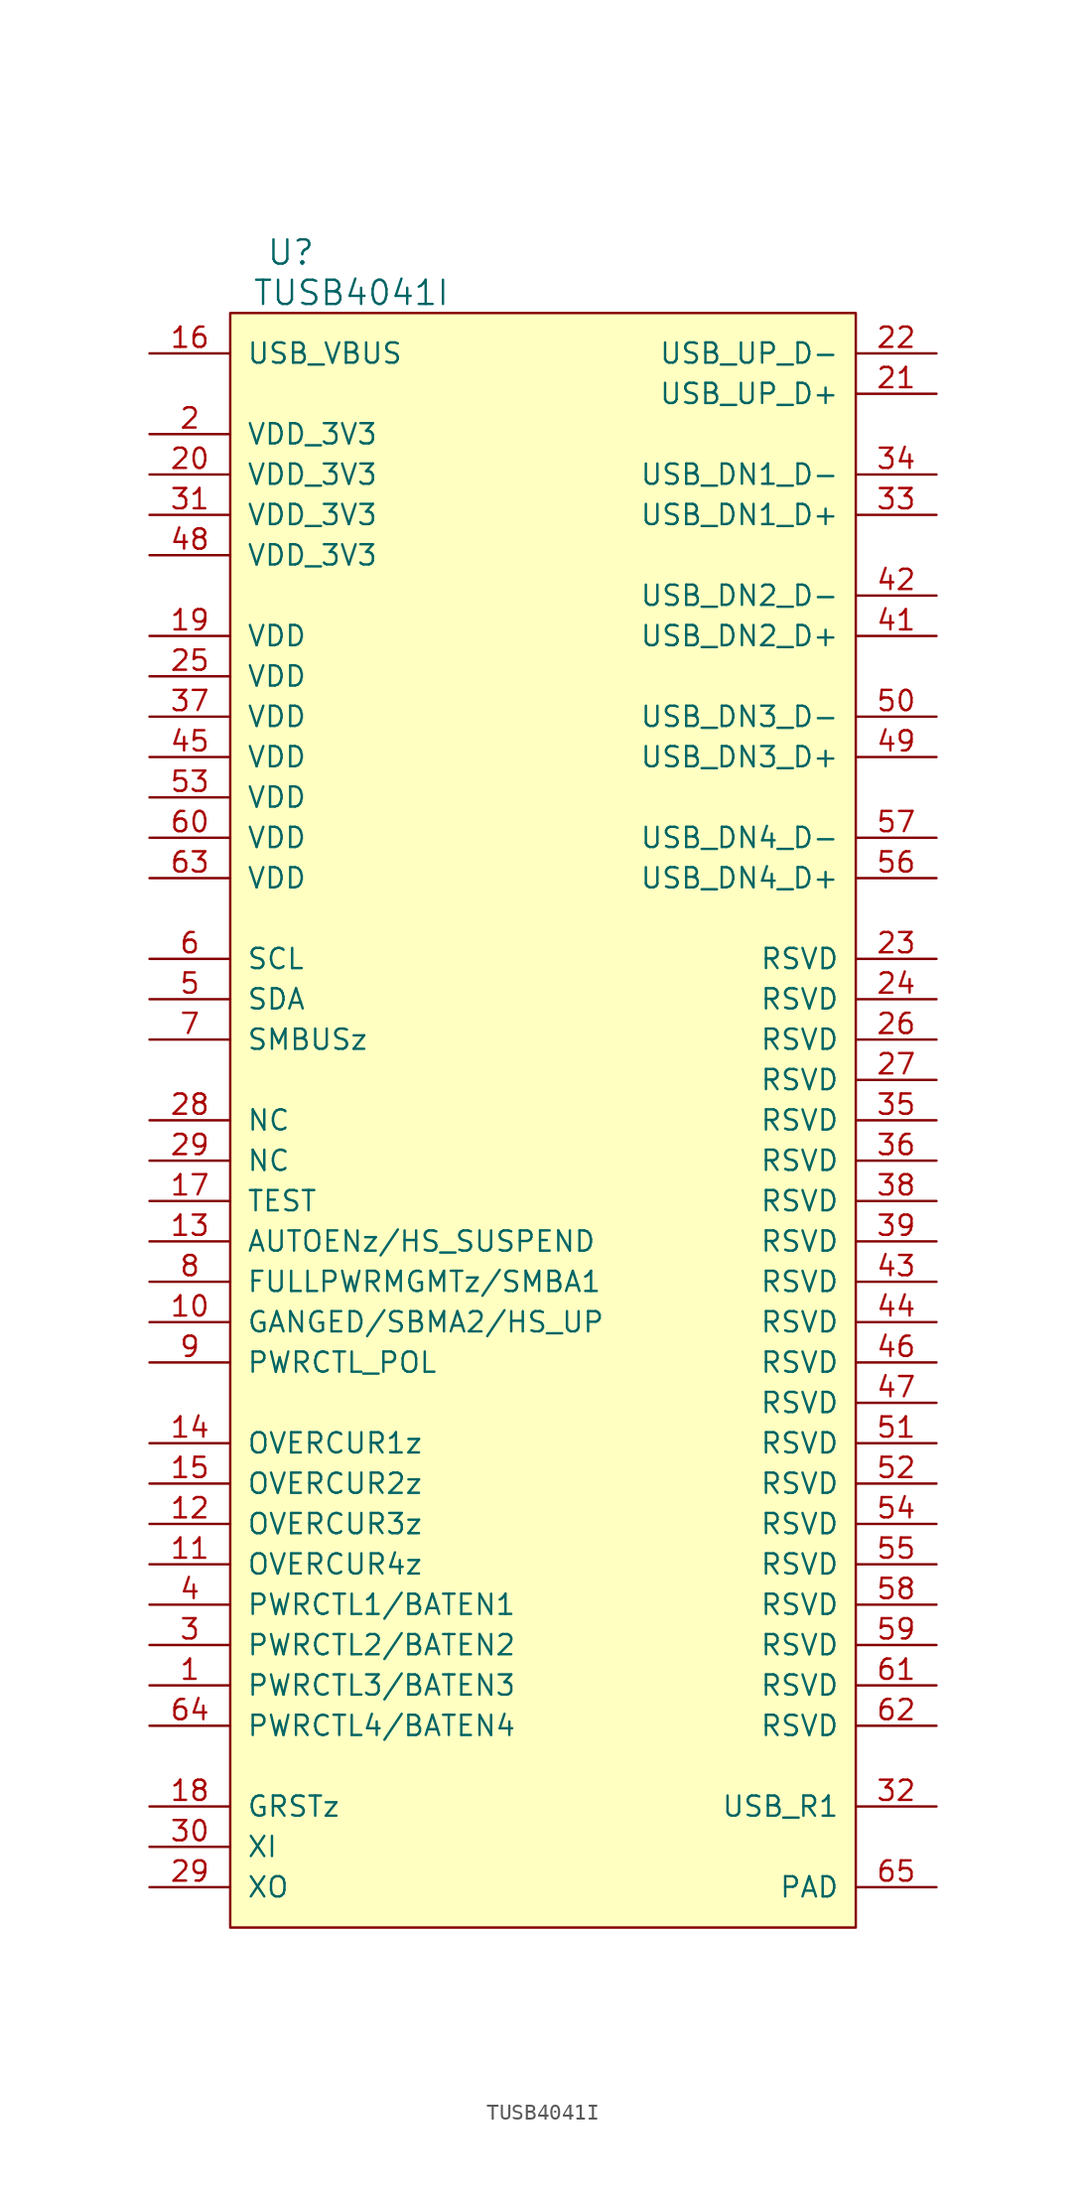
<source format=kicad_sym>
(kicad_symbol_lib
  (version 20210619)
  (generator kicad_symbol_editor)
  (symbol "usb_controller:TUSB4041I"
    (pin_names
      (offset 1.016))
    (property "Reference" "U"
      (at -16.51 52.07 0)
      (effects (font (size 1.524 1.524))))
    (property "Value" "TUSB4041I"
      (at -12.7 49.53 0)
      (effects (font (size 1.524 1.524))))
    (symbol "TUSB4041I_0_1"
      (rectangle (start -20.32 48.26) (end 19.05 -53.34) (stroke (width 0)) (fill (type background))))
    (symbol "TUSB4041I_1_1"
      (pin input line (at -25.4 -38.1 0) (length 5.08) (name "PWRCTL3/BATEN3" (effects (font (size 1.27 1.27)))) (number "1" (effects (font (size 1.27 1.27)))))
      (pin input line (at -25.4 -15.24 0) (length 5.08) (name "GANGED/SBMA2/HS_UP" (effects (font (size 1.27 1.27)))) (number "10" (effects (font (size 1.27 1.27)))))
      (pin input line (at -25.4 -30.48 0) (length 5.08) (name "OVERCUR4z" (effects (font (size 1.27 1.27)))) (number "11" (effects (font (size 1.27 1.27)))))
      (pin input line (at -25.4 -27.94 0) (length 5.08) (name "OVERCUR3z" (effects (font (size 1.27 1.27)))) (number "12" (effects (font (size 1.27 1.27)))))
      (pin input line (at -25.4 -10.16 0) (length 5.08) (name "AUTOENz/HS_SUSPEND" (effects (font (size 1.27 1.27)))) (number "13" (effects (font (size 1.27 1.27)))))
      (pin input line (at -25.4 -22.86 0) (length 5.08) (name "OVERCUR1z" (effects (font (size 1.27 1.27)))) (number "14" (effects (font (size 1.27 1.27)))))
      (pin input line (at -25.4 -25.4 0) (length 5.08) (name "OVERCUR2z" (effects (font (size 1.27 1.27)))) (number "15" (effects (font (size 1.27 1.27)))))
      (pin input line (at -25.4 45.72 0) (length 5.08) (name "USB_VBUS" (effects (font (size 1.27 1.27)))) (number "16" (effects (font (size 1.27 1.27)))))
      (pin input line (at -25.4 -7.62 0) (length 5.08) (name "TEST" (effects (font (size 1.27 1.27)))) (number "17" (effects (font (size 1.27 1.27)))))
      (pin input line (at -25.4 -45.72 0) (length 5.08) (name "GRSTz" (effects (font (size 1.27 1.27)))) (number "18" (effects (font (size 1.27 1.27)))))
      (pin input line (at -25.4 27.94 0) (length 5.08) (name "VDD" (effects (font (size 1.27 1.27)))) (number "19" (effects (font (size 1.27 1.27)))))
      (pin input line (at -25.4 40.64 0) (length 5.08) (name "VDD_3V3" (effects (font (size 1.27 1.27)))) (number "2" (effects (font (size 1.27 1.27)))))
      (pin input line (at -25.4 38.1 0) (length 5.08) (name "VDD_3V3" (effects (font (size 1.27 1.27)))) (number "20" (effects (font (size 1.27 1.27)))))
      (pin input line (at 24.13 43.18 180) (length 5.08) (name "USB_UP_D+" (effects (font (size 1.27 1.27)))) (number "21" (effects (font (size 1.27 1.27)))))
      (pin input line (at 24.13 45.72 180) (length 5.08) (name "USB_UP_D-" (effects (font (size 1.27 1.27)))) (number "22" (effects (font (size 1.27 1.27)))))
      (pin input line (at 24.13 7.62 180) (length 5.08) (name "RSVD" (effects (font (size 1.27 1.27)))) (number "23" (effects (font (size 1.27 1.27)))))
      (pin input line (at 24.13 5.08 180) (length 5.08) (name "RSVD" (effects (font (size 1.27 1.27)))) (number "24" (effects (font (size 1.27 1.27)))))
      (pin input line (at -25.4 25.4 0) (length 5.08) (name "VDD" (effects (font (size 1.27 1.27)))) (number "25" (effects (font (size 1.27 1.27)))))
      (pin input line (at 24.13 2.54 180) (length 5.08) (name "RSVD" (effects (font (size 1.27 1.27)))) (number "26" (effects (font (size 1.27 1.27)))))
      (pin input line (at 24.13 0 180) (length 5.08) (name "RSVD" (effects (font (size 1.27 1.27)))) (number "27" (effects (font (size 1.27 1.27)))))
      (pin input line (at -25.4 -2.54 0) (length 5.08) (name "NC" (effects (font (size 1.27 1.27)))) (number "28" (effects (font (size 1.27 1.27)))))
      (pin input line (at -25.4 -5.08 0) (length 5.08) (name "NC" (effects (font (size 1.27 1.27)))) (number "29" (effects (font (size 1.27 1.27)))))
      (pin input line (at -25.4 -50.8 0) (length 5.08) (name "XO" (effects (font (size 1.27 1.27)))) (number "29" (effects (font (size 1.27 1.27)))))
      (pin input line (at -25.4 -35.56 0) (length 5.08) (name "PWRCTL2/BATEN2" (effects (font (size 1.27 1.27)))) (number "3" (effects (font (size 1.27 1.27)))))
      (pin input line (at -25.4 -48.26 0) (length 5.08) (name "XI" (effects (font (size 1.27 1.27)))) (number "30" (effects (font (size 1.27 1.27)))))
      (pin input line (at -25.4 35.56 0) (length 5.08) (name "VDD_3V3" (effects (font (size 1.27 1.27)))) (number "31" (effects (font (size 1.27 1.27)))))
      (pin input line (at 24.13 -45.72 180) (length 5.08) (name "USB_R1" (effects (font (size 1.27 1.27)))) (number "32" (effects (font (size 1.27 1.27)))))
      (pin input line (at 24.13 35.56 180) (length 5.08) (name "USB_DN1_D+" (effects (font (size 1.27 1.27)))) (number "33" (effects (font (size 1.27 1.27)))))
      (pin input line (at 24.13 38.1 180) (length 5.08) (name "USB_DN1_D-" (effects (font (size 1.27 1.27)))) (number "34" (effects (font (size 1.27 1.27)))))
      (pin input line (at 24.13 -2.54 180) (length 5.08) (name "RSVD" (effects (font (size 1.27 1.27)))) (number "35" (effects (font (size 1.27 1.27)))))
      (pin input line (at 24.13 -5.08 180) (length 5.08) (name "RSVD" (effects (font (size 1.27 1.27)))) (number "36" (effects (font (size 1.27 1.27)))))
      (pin input line (at -25.4 22.86 0) (length 5.08) (name "VDD" (effects (font (size 1.27 1.27)))) (number "37" (effects (font (size 1.27 1.27)))))
      (pin input line (at 24.13 -7.62 180) (length 5.08) (name "RSVD" (effects (font (size 1.27 1.27)))) (number "38" (effects (font (size 1.27 1.27)))))
      (pin input line (at 24.13 -10.16 180) (length 5.08) (name "RSVD" (effects (font (size 1.27 1.27)))) (number "39" (effects (font (size 1.27 1.27)))))
      (pin input line (at -25.4 -33.02 0) (length 5.08) (name "PWRCTL1/BATEN1" (effects (font (size 1.27 1.27)))) (number "4" (effects (font (size 1.27 1.27)))))
      (pin input line (at 24.13 27.94 180) (length 5.08) (name "USB_DN2_D+" (effects (font (size 1.27 1.27)))) (number "41" (effects (font (size 1.27 1.27)))))
      (pin input line (at 24.13 30.48 180) (length 5.08) (name "USB_DN2_D-" (effects (font (size 1.27 1.27)))) (number "42" (effects (font (size 1.27 1.27)))))
      (pin input line (at 24.13 -12.7 180) (length 5.08) (name "RSVD" (effects (font (size 1.27 1.27)))) (number "43" (effects (font (size 1.27 1.27)))))
      (pin input line (at 24.13 -15.24 180) (length 5.08) (name "RSVD" (effects (font (size 1.27 1.27)))) (number "44" (effects (font (size 1.27 1.27)))))
      (pin input line (at -25.4 20.32 0) (length 5.08) (name "VDD" (effects (font (size 1.27 1.27)))) (number "45" (effects (font (size 1.27 1.27)))))
      (pin input line (at 24.13 -17.78 180) (length 5.08) (name "RSVD" (effects (font (size 1.27 1.27)))) (number "46" (effects (font (size 1.27 1.27)))))
      (pin input line (at 24.13 -20.32 180) (length 5.08) (name "RSVD" (effects (font (size 1.27 1.27)))) (number "47" (effects (font (size 1.27 1.27)))))
      (pin input line (at -25.4 33.02 0) (length 5.08) (name "VDD_3V3" (effects (font (size 1.27 1.27)))) (number "48" (effects (font (size 1.27 1.27)))))
      (pin input line (at 24.13 20.32 180) (length 5.08) (name "USB_DN3_D+" (effects (font (size 1.27 1.27)))) (number "49" (effects (font (size 1.27 1.27)))))
      (pin input line (at -25.4 5.08 0) (length 5.08) (name "SDA" (effects (font (size 1.27 1.27)))) (number "5" (effects (font (size 1.27 1.27)))))
      (pin input line (at 24.13 22.86 180) (length 5.08) (name "USB_DN3_D-" (effects (font (size 1.27 1.27)))) (number "50" (effects (font (size 1.27 1.27)))))
      (pin input line (at 24.13 -22.86 180) (length 5.08) (name "RSVD" (effects (font (size 1.27 1.27)))) (number "51" (effects (font (size 1.27 1.27)))))
      (pin input line (at 24.13 -25.4 180) (length 5.08) (name "RSVD" (effects (font (size 1.27 1.27)))) (number "52" (effects (font (size 1.27 1.27)))))
      (pin input line (at -25.4 17.78 0) (length 5.08) (name "VDD" (effects (font (size 1.27 1.27)))) (number "53" (effects (font (size 1.27 1.27)))))
      (pin input line (at 24.13 -27.94 180) (length 5.08) (name "RSVD" (effects (font (size 1.27 1.27)))) (number "54" (effects (font (size 1.27 1.27)))))
      (pin input line (at 24.13 -30.48 180) (length 5.08) (name "RSVD" (effects (font (size 1.27 1.27)))) (number "55" (effects (font (size 1.27 1.27)))))
      (pin input line (at 24.13 12.7 180) (length 5.08) (name "USB_DN4_D+" (effects (font (size 1.27 1.27)))) (number "56" (effects (font (size 1.27 1.27)))))
      (pin input line (at 24.13 15.24 180) (length 5.08) (name "USB_DN4_D-" (effects (font (size 1.27 1.27)))) (number "57" (effects (font (size 1.27 1.27)))))
      (pin input line (at 24.13 -33.02 180) (length 5.08) (name "RSVD" (effects (font (size 1.27 1.27)))) (number "58" (effects (font (size 1.27 1.27)))))
      (pin input line (at 24.13 -35.56 180) (length 5.08) (name "RSVD" (effects (font (size 1.27 1.27)))) (number "59" (effects (font (size 1.27 1.27)))))
      (pin input line (at -25.4 7.62 0) (length 5.08) (name "SCL" (effects (font (size 1.27 1.27)))) (number "6" (effects (font (size 1.27 1.27)))))
      (pin input line (at -25.4 15.24 0) (length 5.08) (name "VDD" (effects (font (size 1.27 1.27)))) (number "60" (effects (font (size 1.27 1.27)))))
      (pin input line (at 24.13 -38.1 180) (length 5.08) (name "RSVD" (effects (font (size 1.27 1.27)))) (number "61" (effects (font (size 1.27 1.27)))))
      (pin input line (at 24.13 -40.64 180) (length 5.08) (name "RSVD" (effects (font (size 1.27 1.27)))) (number "62" (effects (font (size 1.27 1.27)))))
      (pin input line (at -25.4 12.7 0) (length 5.08) (name "VDD" (effects (font (size 1.27 1.27)))) (number "63" (effects (font (size 1.27 1.27)))))
      (pin input line (at -25.4 -40.64 0) (length 5.08) (name "PWRCTL4/BATEN4" (effects (font (size 1.27 1.27)))) (number "64" (effects (font (size 1.27 1.27)))))
      (pin input line (at 24.13 -50.8 180) (length 5.08) (name "PAD" (effects (font (size 1.27 1.27)))) (number "65" (effects (font (size 1.27 1.27)))))
      (pin input line (at -25.4 2.54 0) (length 5.08) (name "SMBUSz" (effects (font (size 1.27 1.27)))) (number "7" (effects (font (size 1.27 1.27)))))
      (pin input line (at -25.4 -12.7 0) (length 5.08) (name "FULLPWRMGMTz/SMBA1" (effects (font (size 1.27 1.27)))) (number "8" (effects (font (size 1.27 1.27)))))
      (pin input line (at -25.4 -17.78 0) (length 5.08) (name "PWRCTL_POL" (effects (font (size 1.27 1.27)))) (number "9" (effects (font (size 1.27 1.27))))))))
</source>
